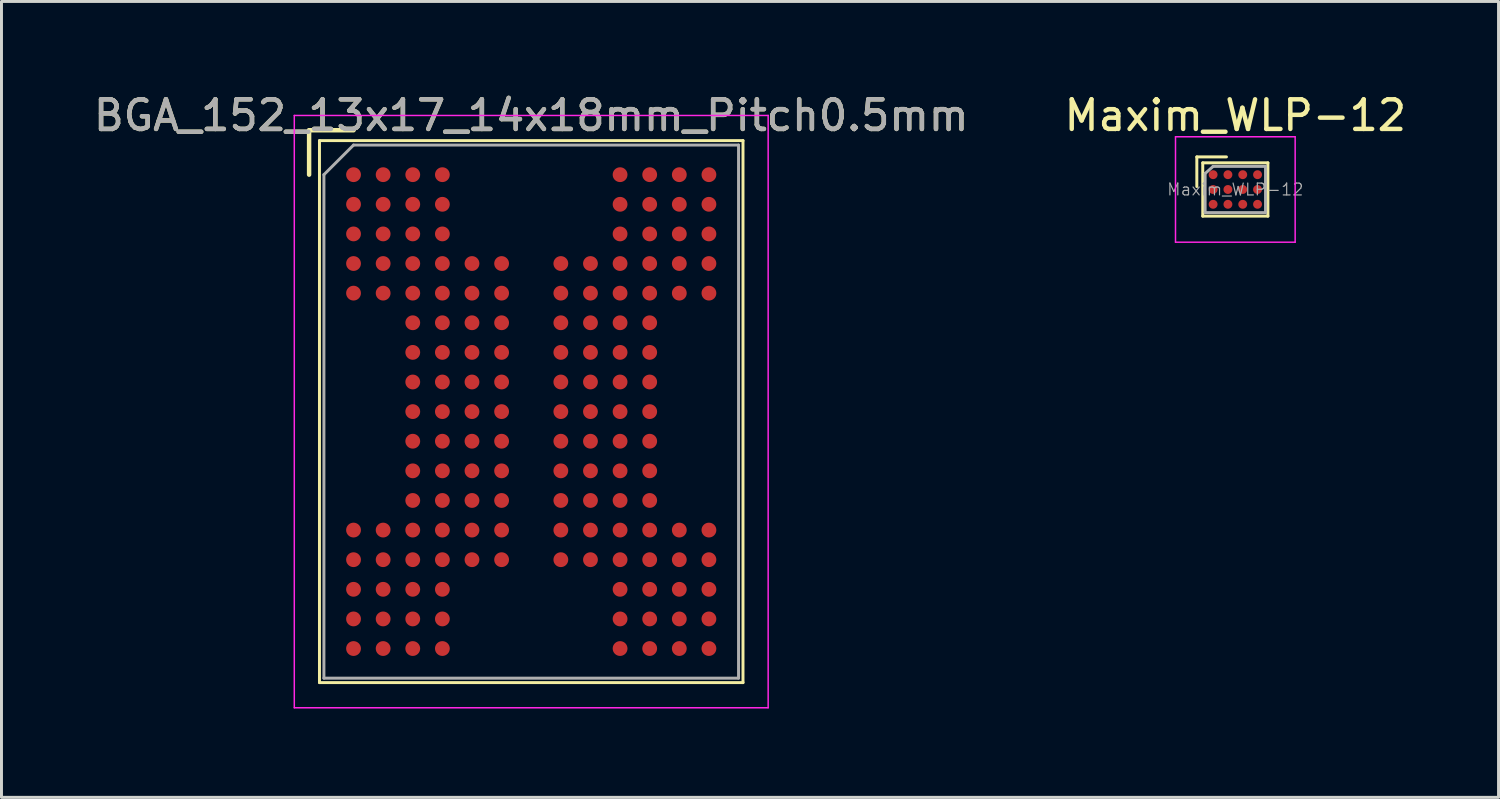
<source format=kicad_pcb>
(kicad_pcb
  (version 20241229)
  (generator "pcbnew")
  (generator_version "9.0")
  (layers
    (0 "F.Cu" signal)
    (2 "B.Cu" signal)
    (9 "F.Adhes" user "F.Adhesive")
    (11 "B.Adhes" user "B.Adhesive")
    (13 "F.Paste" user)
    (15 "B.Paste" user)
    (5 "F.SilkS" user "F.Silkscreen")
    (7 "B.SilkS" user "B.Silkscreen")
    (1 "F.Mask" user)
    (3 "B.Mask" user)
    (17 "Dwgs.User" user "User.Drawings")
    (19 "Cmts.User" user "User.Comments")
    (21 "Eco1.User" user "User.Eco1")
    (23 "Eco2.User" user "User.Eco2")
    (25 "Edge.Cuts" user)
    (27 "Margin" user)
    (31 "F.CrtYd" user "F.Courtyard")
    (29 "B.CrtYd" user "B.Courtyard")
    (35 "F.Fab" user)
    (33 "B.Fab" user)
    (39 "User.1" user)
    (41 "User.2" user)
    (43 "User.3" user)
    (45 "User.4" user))
  (footprint "BGA_152_13x17_14x18mm_Pitch0.5mm"
    (layer "F.Cu")
    (at 14.887 10.848)
    (property "Reference" "BGA_152_13x17_14x18mm_Pitch0.5mm" (at 0 -10 0) (layer "F.SilkS") (effects (font (size 1 1) (thickness 0.15))))
    (attr smd)
    (fp_line (start -7.5 -9.5) (end -6 -9.5) (stroke (width 0.15) (type solid)) (layer "F.SilkS"))
    (fp_line (start -7.5 -8) (end -7.5 -9.5) (stroke (width 0.15) (type solid)) (layer "F.SilkS"))
    (fp_line (start -7.15 -9.15) (end 7.15 -9.15) (stroke (width 0.1) (type solid)) (layer "F.SilkS"))
    (fp_line (start -7.15 9.15) (end -7.15 -9.15) (stroke (width 0.1) (type solid)) (layer "F.SilkS"))
    (fp_line (start 7.15 -9.15) (end 7.15 9.15) (stroke (width 0.1) (type solid)) (layer "F.SilkS"))
    (fp_line (start 7.15 9.15) (end -7.15 9.15) (stroke (width 0.1) (type solid)) (layer "F.SilkS"))
    (fp_line (start -8 -10) (end 8 -10) (stroke (width 0.05) (type solid)) (layer "F.CrtYd"))
    (fp_line (start -8 10) (end -8 -10) (stroke (width 0.05) (type solid)) (layer "F.CrtYd"))
    (fp_line (start 8 -10) (end 8 10) (stroke (width 0.05) (type solid)) (layer "F.CrtYd"))
    (fp_line (start 8 10) (end -8 10) (stroke (width 0.05) (type solid)) (layer "F.CrtYd"))
    (fp_line (start -7 -8) (end -7 9) (stroke (width 0.1) (type solid)) (layer "F.Fab"))
    (fp_line (start -7 9) (end 7 9) (stroke (width 0.1) (type solid)) (layer "F.Fab"))
    (fp_line (start -6 -9) (end -7 -8) (stroke (width 0.1) (type solid)) (layer "F.Fab"))
    (fp_line (start 7 -9) (end -6 -9) (stroke (width 0.1) (type solid)) (layer "F.Fab"))
    (fp_line (start 7 9) (end 7 -9) (stroke (width 0.1) (type solid)) (layer "F.Fab"))
    (fp_text user "${REFERENCE}" (at 0 -10 0) (layer "F.Fab") (effects (font (size 1 1) (thickness 0.15))))
    (pad "A1" smd circle (at -6 -8) (size 0.5 0.5) (layers "F.Cu" "F.Mask" "F.Paste"))
    (pad "A2" smd circle (at -5 -8) (size 0.5 0.5) (layers "F.Cu" "F.Mask" "F.Paste"))
    (pad "A3" smd circle (at -4 -8) (size 0.5 0.5) (layers "F.Cu" "F.Mask" "F.Paste"))
    (pad "A4" smd circle (at -3 -8) (size 0.5 0.5) (layers "F.Cu" "F.Mask" "F.Paste"))
    (pad "A10" smd circle (at 3 -8) (size 0.5 0.5) (layers "F.Cu" "F.Mask" "F.Paste"))
    (pad "A11" smd circle (at 4 -8) (size 0.5 0.5) (layers "F.Cu" "F.Mask" "F.Paste"))
    (pad "A12" smd circle (at 5 -8) (size 0.5 0.5) (layers "F.Cu" "F.Mask" "F.Paste"))
    (pad "A13" smd circle (at 6 -8) (size 0.5 0.5) (layers "F.Cu" "F.Mask" "F.Paste"))
    (pad "B1" smd circle (at -6 -7) (size 0.5 0.5) (layers "F.Cu" "F.Mask" "F.Paste"))
    (pad "B2" smd circle (at -5 -7) (size 0.5 0.5) (layers "F.Cu" "F.Mask" "F.Paste"))
    (pad "B3" smd circle (at -4 -7) (size 0.5 0.5) (layers "F.Cu" "F.Mask" "F.Paste"))
    (pad "B4" smd circle (at -3 -7) (size 0.5 0.5) (layers "F.Cu" "F.Mask" "F.Paste"))
    (pad "B10" smd circle (at 3 -7) (size 0.5 0.5) (layers "F.Cu" "F.Mask" "F.Paste"))
    (pad "B11" smd circle (at 4 -7) (size 0.5 0.5) (layers "F.Cu" "F.Mask" "F.Paste"))
    (pad "B12" smd circle (at 5 -7) (size 0.5 0.5) (layers "F.Cu" "F.Mask" "F.Paste"))
    (pad "B13" smd circle (at 6 -7) (size 0.5 0.5) (layers "F.Cu" "F.Mask" "F.Paste"))
    (pad "C1" smd circle (at -6 -6) (size 0.5 0.5) (layers "F.Cu" "F.Mask" "F.Paste"))
    (pad "C2" smd circle (at -5 -6) (size 0.5 0.5) (layers "F.Cu" "F.Mask" "F.Paste"))
    (pad "C3" smd circle (at -4 -6) (size 0.5 0.5) (layers "F.Cu" "F.Mask" "F.Paste"))
    (pad "C4" smd circle (at -3 -6) (size 0.5 0.5) (layers "F.Cu" "F.Mask" "F.Paste"))
    (pad "C10" smd circle (at 3 -6) (size 0.5 0.5) (layers "F.Cu" "F.Mask" "F.Paste"))
    (pad "C11" smd circle (at 4 -6) (size 0.5 0.5) (layers "F.Cu" "F.Mask" "F.Paste"))
    (pad "C12" smd circle (at 5 -6) (size 0.5 0.5) (layers "F.Cu" "F.Mask" "F.Paste"))
    (pad "C13" smd circle (at 6 -6) (size 0.5 0.5) (layers "F.Cu" "F.Mask" "F.Paste"))
    (pad "D1" smd circle (at -6 -5) (size 0.5 0.5) (layers "F.Cu" "F.Mask" "F.Paste"))
    (pad "D2" smd circle (at -5 -5) (size 0.5 0.5) (layers "F.Cu" "F.Mask" "F.Paste"))
    (pad "D3" smd circle (at -4 -5) (size 0.5 0.5) (layers "F.Cu" "F.Mask" "F.Paste"))
    (pad "D4" smd circle (at -3 -5) (size 0.5 0.5) (layers "F.Cu" "F.Mask" "F.Paste"))
    (pad "D5" smd circle (at -2 -5) (size 0.5 0.5) (layers "F.Cu" "F.Mask" "F.Paste"))
    (pad "D6" smd circle (at -1 -5) (size 0.5 0.5) (layers "F.Cu" "F.Mask" "F.Paste"))
    (pad "D8" smd circle (at 1 -5) (size 0.5 0.5) (layers "F.Cu" "F.Mask" "F.Paste"))
    (pad "D9" smd circle (at 2 -5) (size 0.5 0.5) (layers "F.Cu" "F.Mask" "F.Paste"))
    (pad "D10" smd circle (at 3 -5) (size 0.5 0.5) (layers "F.Cu" "F.Mask" "F.Paste"))
    (pad "D11" smd circle (at 4 -5) (size 0.5 0.5) (layers "F.Cu" "F.Mask" "F.Paste"))
    (pad "D12" smd circle (at 5 -5) (size 0.5 0.5) (layers "F.Cu" "F.Mask" "F.Paste"))
    (pad "D13" smd circle (at 6 -5) (size 0.5 0.5) (layers "F.Cu" "F.Mask" "F.Paste"))
    (pad "E1" smd circle (at -6 -4) (size 0.5 0.5) (layers "F.Cu" "F.Mask" "F.Paste"))
    (pad "E2" smd circle (at -5 -4) (size 0.5 0.5) (layers "F.Cu" "F.Mask" "F.Paste"))
    (pad "E3" smd circle (at -4 -4) (size 0.5 0.5) (layers "F.Cu" "F.Mask" "F.Paste"))
    (pad "E4" smd circle (at -3 -4) (size 0.5 0.5) (layers "F.Cu" "F.Mask" "F.Paste"))
    (pad "E5" smd circle (at -2 -4) (size 0.5 0.5) (layers "F.Cu" "F.Mask" "F.Paste"))
    (pad "E6" smd circle (at -1 -4) (size 0.5 0.5) (layers "F.Cu" "F.Mask" "F.Paste"))
    (pad "E8" smd circle (at 1 -4) (size 0.5 0.5) (layers "F.Cu" "F.Mask" "F.Paste"))
    (pad "E9" smd circle (at 2 -4) (size 0.5 0.5) (layers "F.Cu" "F.Mask" "F.Paste"))
    (pad "E10" smd circle (at 3 -4) (size 0.5 0.5) (layers "F.Cu" "F.Mask" "F.Paste"))
    (pad "E11" smd circle (at 4 -4) (size 0.5 0.5) (layers "F.Cu" "F.Mask" "F.Paste"))
    (pad "E12" smd circle (at 5 -4) (size 0.5 0.5) (layers "F.Cu" "F.Mask" "F.Paste"))
    (pad "E13" smd circle (at 6 -4) (size 0.5 0.5) (layers "F.Cu" "F.Mask" "F.Paste"))
    (pad "F3" smd circle (at -4 -3) (size 0.5 0.5) (layers "F.Cu" "F.Mask" "F.Paste"))
    (pad "F4" smd circle (at -3 -3) (size 0.5 0.5) (layers "F.Cu" "F.Mask" "F.Paste"))
    (pad "F5" smd circle (at -2 -3) (size 0.5 0.5) (layers "F.Cu" "F.Mask" "F.Paste"))
    (pad "F6" smd circle (at -1 -3) (size 0.5 0.5) (layers "F.Cu" "F.Mask" "F.Paste"))
    (pad "F8" smd circle (at 1 -3) (size 0.5 0.5) (layers "F.Cu" "F.Mask" "F.Paste"))
    (pad "F9" smd circle (at 2 -3) (size 0.5 0.5) (layers "F.Cu" "F.Mask" "F.Paste"))
    (pad "F10" smd circle (at 3 -3) (size 0.5 0.5) (layers "F.Cu" "F.Mask" "F.Paste"))
    (pad "F11" smd circle (at 4 -3) (size 0.5 0.5) (layers "F.Cu" "F.Mask" "F.Paste"))
    (pad "G3" smd circle (at -4 -2) (size 0.5 0.5) (layers "F.Cu" "F.Mask" "F.Paste"))
    (pad "G4" smd circle (at -3 -2) (size 0.5 0.5) (layers "F.Cu" "F.Mask" "F.Paste"))
    (pad "G5" smd circle (at -2 -2) (size 0.5 0.5) (layers "F.Cu" "F.Mask" "F.Paste"))
    (pad "G6" smd circle (at -1 -2) (size 0.5 0.5) (layers "F.Cu" "F.Mask" "F.Paste"))
    (pad "G8" smd circle (at 1 -2) (size 0.5 0.5) (layers "F.Cu" "F.Mask" "F.Paste"))
    (pad "G9" smd circle (at 2 -2) (size 0.5 0.5) (layers "F.Cu" "F.Mask" "F.Paste"))
    (pad "G10" smd circle (at 3 -2) (size 0.5 0.5) (layers "F.Cu" "F.Mask" "F.Paste"))
    (pad "G11" smd circle (at 4 -2) (size 0.5 0.5) (layers "F.Cu" "F.Mask" "F.Paste"))
    (pad "H3" smd circle (at -4 -1) (size 0.5 0.5) (layers "F.Cu" "F.Mask" "F.Paste"))
    (pad "H4" smd circle (at -3 -1) (size 0.5 0.5) (layers "F.Cu" "F.Mask" "F.Paste"))
    (pad "H5" smd circle (at -2 -1) (size 0.5 0.5) (layers "F.Cu" "F.Mask" "F.Paste"))
    (pad "H6" smd circle (at -1 -1) (size 0.5 0.5) (layers "F.Cu" "F.Mask" "F.Paste"))
    (pad "H8" smd circle (at 1 -1) (size 0.5 0.5) (layers "F.Cu" "F.Mask" "F.Paste"))
    (pad "H9" smd circle (at 2 -1) (size 0.5 0.5) (layers "F.Cu" "F.Mask" "F.Paste"))
    (pad "H10" smd circle (at 3 -1) (size 0.5 0.5) (layers "F.Cu" "F.Mask" "F.Paste"))
    (pad "H11" smd circle (at 4 -1) (size 0.5 0.5) (layers "F.Cu" "F.Mask" "F.Paste"))
    (pad "J3" smd circle (at -4 0) (size 0.5 0.5) (layers "F.Cu" "F.Mask" "F.Paste"))
    (pad "J4" smd circle (at -3 0) (size 0.5 0.5) (layers "F.Cu" "F.Mask" "F.Paste"))
    (pad "J5" smd circle (at -2 0) (size 0.5 0.5) (layers "F.Cu" "F.Mask" "F.Paste"))
    (pad "J6" smd circle (at -1 0) (size 0.5 0.5) (layers "F.Cu" "F.Mask" "F.Paste"))
    (pad "J8" smd circle (at 1 0) (size 0.5 0.5) (layers "F.Cu" "F.Mask" "F.Paste"))
    (pad "J9" smd circle (at 2 0) (size 0.5 0.5) (layers "F.Cu" "F.Mask" "F.Paste"))
    (pad "J10" smd circle (at 3 0) (size 0.5 0.5) (layers "F.Cu" "F.Mask" "F.Paste"))
    (pad "J11" smd circle (at 4 0) (size 0.5 0.5) (layers "F.Cu" "F.Mask" "F.Paste"))
    (pad "K3" smd circle (at -4 1) (size 0.5 0.5) (layers "F.Cu" "F.Mask" "F.Paste"))
    (pad "K4" smd circle (at -3 1) (size 0.5 0.5) (layers "F.Cu" "F.Mask" "F.Paste"))
    (pad "K5" smd circle (at -2 1) (size 0.5 0.5) (layers "F.Cu" "F.Mask" "F.Paste"))
    (pad "K6" smd circle (at -1 1) (size 0.5 0.5) (layers "F.Cu" "F.Mask" "F.Paste"))
    (pad "K8" smd circle (at 1 1) (size 0.5 0.5) (layers "F.Cu" "F.Mask" "F.Paste"))
    (pad "K9" smd circle (at 2 1) (size 0.5 0.5) (layers "F.Cu" "F.Mask" "F.Paste"))
    (pad "K10" smd circle (at 3 1) (size 0.5 0.5) (layers "F.Cu" "F.Mask" "F.Paste"))
    (pad "K11" smd circle (at 4 1) (size 0.5 0.5) (layers "F.Cu" "F.Mask" "F.Paste"))
    (pad "L3" smd circle (at -4 2) (size 0.5 0.5) (layers "F.Cu" "F.Mask" "F.Paste"))
    (pad "L4" smd circle (at -3 2) (size 0.5 0.5) (layers "F.Cu" "F.Mask" "F.Paste"))
    (pad "L5" smd circle (at -2 2) (size 0.5 0.5) (layers "F.Cu" "F.Mask" "F.Paste"))
    (pad "L6" smd circle (at -1 2) (size 0.5 0.5) (layers "F.Cu" "F.Mask" "F.Paste"))
    (pad "L8" smd circle (at 1 2) (size 0.5 0.5) (layers "F.Cu" "F.Mask" "F.Paste"))
    (pad "L9" smd circle (at 2 2) (size 0.5 0.5) (layers "F.Cu" "F.Mask" "F.Paste"))
    (pad "L10" smd circle (at 3 2) (size 0.5 0.5) (layers "F.Cu" "F.Mask" "F.Paste"))
    (pad "L11" smd circle (at 4 2) (size 0.5 0.5) (layers "F.Cu" "F.Mask" "F.Paste"))
    (pad "M3" smd circle (at -4 3) (size 0.5 0.5) (layers "F.Cu" "F.Mask" "F.Paste"))
    (pad "M4" smd circle (at -3 3) (size 0.5 0.5) (layers "F.Cu" "F.Mask" "F.Paste"))
    (pad "M5" smd circle (at -2 3) (size 0.5 0.5) (layers "F.Cu" "F.Mask" "F.Paste"))
    (pad "M6" smd circle (at -1 3) (size 0.5 0.5) (layers "F.Cu" "F.Mask" "F.Paste"))
    (pad "M8" smd circle (at 1 3) (size 0.5 0.5) (layers "F.Cu" "F.Mask" "F.Paste"))
    (pad "M9" smd circle (at 2 3) (size 0.5 0.5) (layers "F.Cu" "F.Mask" "F.Paste"))
    (pad "M10" smd circle (at 3 3) (size 0.5 0.5) (layers "F.Cu" "F.Mask" "F.Paste"))
    (pad "M11" smd circle (at 4 3) (size 0.5 0.5) (layers "F.Cu" "F.Mask" "F.Paste"))
    (pad "N1" smd circle (at -6 4) (size 0.5 0.5) (layers "F.Cu" "F.Mask" "F.Paste"))
    (pad "N2" smd circle (at -5 4) (size 0.5 0.5) (layers "F.Cu" "F.Mask" "F.Paste"))
    (pad "N3" smd circle (at -4 4) (size 0.5 0.5) (layers "F.Cu" "F.Mask" "F.Paste"))
    (pad "N4" smd circle (at -3 4) (size 0.5 0.5) (layers "F.Cu" "F.Mask" "F.Paste"))
    (pad "N5" smd circle (at -2 4) (size 0.5 0.5) (layers "F.Cu" "F.Mask" "F.Paste"))
    (pad "N6" smd circle (at -1 4) (size 0.5 0.5) (layers "F.Cu" "F.Mask" "F.Paste"))
    (pad "N8" smd circle (at 1 4) (size 0.5 0.5) (layers "F.Cu" "F.Mask" "F.Paste"))
    (pad "N9" smd circle (at 2 4) (size 0.5 0.5) (layers "F.Cu" "F.Mask" "F.Paste"))
    (pad "N10" smd circle (at 3 4) (size 0.5 0.5) (layers "F.Cu" "F.Mask" "F.Paste"))
    (pad "N11" smd circle (at 4 4) (size 0.5 0.5) (layers "F.Cu" "F.Mask" "F.Paste"))
    (pad "N12" smd circle (at 5 4) (size 0.5 0.5) (layers "F.Cu" "F.Mask" "F.Paste"))
    (pad "N13" smd circle (at 6 4) (size 0.5 0.5) (layers "F.Cu" "F.Mask" "F.Paste"))
    (pad "P1" smd circle (at -6 5) (size 0.5 0.5) (layers "F.Cu" "F.Mask" "F.Paste"))
    (pad "P2" smd circle (at -5 5) (size 0.5 0.5) (layers "F.Cu" "F.Mask" "F.Paste"))
    (pad "P3" smd circle (at -4 5) (size 0.5 0.5) (layers "F.Cu" "F.Mask" "F.Paste"))
    (pad "P4" smd circle (at -3 5) (size 0.5 0.5) (layers "F.Cu" "F.Mask" "F.Paste"))
    (pad "P5" smd circle (at -2 5) (size 0.5 0.5) (layers "F.Cu" "F.Mask" "F.Paste"))
    (pad "P6" smd circle (at -1 5) (size 0.5 0.5) (layers "F.Cu" "F.Mask" "F.Paste"))
    (pad "P8" smd circle (at 1 5) (size 0.5 0.5) (layers "F.Cu" "F.Mask" "F.Paste"))
    (pad "P9" smd circle (at 2 5) (size 0.5 0.5) (layers "F.Cu" "F.Mask" "F.Paste"))
    (pad "P10" smd circle (at 3 5) (size 0.5 0.5) (layers "F.Cu" "F.Mask" "F.Paste"))
    (pad "P11" smd circle (at 4 5) (size 0.5 0.5) (layers "F.Cu" "F.Mask" "F.Paste"))
    (pad "P12" smd circle (at 5 5) (size 0.5 0.5) (layers "F.Cu" "F.Mask" "F.Paste"))
    (pad "P13" smd circle (at 6 5) (size 0.5 0.5) (layers "F.Cu" "F.Mask" "F.Paste"))
    (pad "R1" smd circle (at -6 6) (size 0.5 0.5) (layers "F.Cu" "F.Mask" "F.Paste"))
    (pad "R2" smd circle (at -5 6) (size 0.5 0.5) (layers "F.Cu" "F.Mask" "F.Paste"))
    (pad "R3" smd circle (at -4 6) (size 0.5 0.5) (layers "F.Cu" "F.Mask" "F.Paste"))
    (pad "R4" smd circle (at -3 6) (size 0.5 0.5) (layers "F.Cu" "F.Mask" "F.Paste"))
    (pad "R10" smd circle (at 3 6) (size 0.5 0.5) (layers "F.Cu" "F.Mask" "F.Paste"))
    (pad "R11" smd circle (at 4 6) (size 0.5 0.5) (layers "F.Cu" "F.Mask" "F.Paste"))
    (pad "R12" smd circle (at 5 6) (size 0.5 0.5) (layers "F.Cu" "F.Mask" "F.Paste"))
    (pad "R13" smd circle (at 6 6) (size 0.5 0.5) (layers "F.Cu" "F.Mask" "F.Paste"))
    (pad "T1" smd circle (at -6 7) (size 0.5 0.5) (layers "F.Cu" "F.Mask" "F.Paste"))
    (pad "T2" smd circle (at -5 7) (size 0.5 0.5) (layers "F.Cu" "F.Mask" "F.Paste"))
    (pad "T3" smd circle (at -4 7) (size 0.5 0.5) (layers "F.Cu" "F.Mask" "F.Paste"))
    (pad "T4" smd circle (at -3 7) (size 0.5 0.5) (layers "F.Cu" "F.Mask" "F.Paste"))
    (pad "T10" smd circle (at 3 7) (size 0.5 0.5) (layers "F.Cu" "F.Mask" "F.Paste"))
    (pad "T11" smd circle (at 4 7) (size 0.5 0.5) (layers "F.Cu" "F.Mask" "F.Paste"))
    (pad "T12" smd circle (at 5 7) (size 0.5 0.5) (layers "F.Cu" "F.Mask" "F.Paste"))
    (pad "T13" smd circle (at 6 7) (size 0.5 0.5) (layers "F.Cu" "F.Mask" "F.Paste"))
    (pad "U1" smd circle (at -6 8) (size 0.5 0.5) (layers "F.Cu" "F.Mask" "F.Paste"))
    (pad "U2" smd circle (at -5 8) (size 0.5 0.5) (layers "F.Cu" "F.Mask" "F.Paste"))
    (pad "U3" smd circle (at -4 8) (size 0.5 0.5) (layers "F.Cu" "F.Mask" "F.Paste"))
    (pad "U4" smd circle (at -3 8) (size 0.5 0.5) (layers "F.Cu" "F.Mask" "F.Paste"))
    (pad "U10" smd circle (at 3 8) (size 0.5 0.5) (layers "F.Cu" "F.Mask" "F.Paste"))
    (pad "U11" smd circle (at 4 8) (size 0.5 0.5) (layers "F.Cu" "F.Mask" "F.Paste"))
    (pad "U12" smd circle (at 5 8) (size 0.5 0.5) (layers "F.Cu" "F.Mask" "F.Paste"))
    (pad "U13" smd circle (at 6 8) (size 0.5 0.5) (layers "F.Cu" "F.Mask" "F.Paste")))
  (footprint "Maxim_WLP-12"
    (layer "F.Cu")
    (at 38.661 3.348)
    (property "Reference" "Maxim_WLP-12" (at 0 -2.5 0) (layer "F.SilkS") (effects (font (size 1 1) (thickness 0.15))))
    (attr smd)
    (fp_line (start -1.3 -1.1) (end -1.3 -0.1) (stroke (width 0.1) (type solid)) (layer "F.SilkS"))
    (fp_line (start -1.3 -1.1) (end -0.3 -1.1) (stroke (width 0.1) (type solid)) (layer "F.SilkS"))
    (fp_line (start -1.1 -0.9) (end -1.1 0.9) (stroke (width 0.1) (type solid)) (layer "F.SilkS"))
    (fp_line (start -1.1 -0.9) (end 1.1 -0.9) (stroke (width 0.1) (type solid)) (layer "F.SilkS"))
    (fp_line (start 1.1 0.9) (end -1.1 0.9) (stroke (width 0.1) (type solid)) (layer "F.SilkS"))
    (fp_line (start 1.1 0.9) (end 1.1 -0.9) (stroke (width 0.1) (type solid)) (layer "F.SilkS"))
    (fp_line (start -2.02 -1.78) (end 2.02 -1.78) (stroke (width 0.05) (type solid)) (layer "F.CrtYd"))
    (fp_line (start -2.02 1.78) (end -2.02 -1.78) (stroke (width 0.05) (type solid)) (layer "F.CrtYd"))
    (fp_line (start -2.02 1.78) (end 2.02 1.78) (stroke (width 0.05) (type solid)) (layer "F.CrtYd"))
    (fp_line (start 2.02 -1.78) (end 2.02 1.78) (stroke (width 0.05) (type solid)) (layer "F.CrtYd"))
    (fp_line (start -1.02 0.78) (end -1.02 -0.54) (stroke (width 0.1) (type solid)) (layer "F.Fab"))
    (fp_line (start -1.02 0.78) (end 1.02 0.78) (stroke (width 0.1) (type solid)) (layer "F.Fab"))
    (fp_line (start -0.75 -0.78) (end -1.02 -0.54) (stroke (width 0.1) (type solid)) (layer "F.Fab"))
    (fp_line (start 1.02 -0.78) (end -0.75 -0.78) (stroke (width 0.1) (type solid)) (layer "F.Fab"))
    (fp_line (start 1.02 -0.78) (end 1.02 0.78) (stroke (width 0.1) (type solid)) (layer "F.Fab"))
    (fp_text user "${REFERENCE}" (at 0 0 0) (layer "F.Fab") (effects (font (size 0.4 0.4) (thickness 0.04))))
    (pad "A1" smd circle (at -0.75 -0.5 90) (size 0.3 0.3) (layers "F.Cu" "F.Mask" "F.Paste"))
    (pad "A2" smd circle (at -0.25 -0.5 90) (size 0.3 0.3) (layers "F.Cu" "F.Mask" "F.Paste"))
    (pad "A3" smd circle (at 0.25 -0.5 90) (size 0.3 0.3) (layers "F.Cu" "F.Mask" "F.Paste"))
    (pad "A4" smd circle (at 0.75 -0.5 90) (size 0.3 0.3) (layers "F.Cu" "F.Mask" "F.Paste"))
    (pad "B1" smd circle (at -0.75 0 90) (size 0.3 0.3) (layers "F.Cu" "F.Mask" "F.Paste"))
    (pad "B2" smd circle (at -0.25 0 90) (size 0.3 0.3) (layers "F.Cu" "F.Mask" "F.Paste"))
    (pad "B3" smd circle (at 0.25 0 90) (size 0.3 0.3) (layers "F.Cu" "F.Mask" "F.Paste"))
    (pad "B4" smd circle (at 0.75 0 90) (size 0.3 0.3) (layers "F.Cu" "F.Mask" "F.Paste"))
    (pad "C1" smd circle (at -0.75 0.5 90) (size 0.3 0.3) (layers "F.Cu" "F.Mask" "F.Paste"))
    (pad "C2" smd circle (at -0.25 0.5 90) (size 0.3 0.3) (layers "F.Cu" "F.Mask" "F.Paste"))
    (pad "C3" smd circle (at 0.25 0.5 90) (size 0.3 0.3) (layers "F.Cu" "F.Mask" "F.Paste"))
    (pad "C4" smd circle (at 0.75 0.5 90) (size 0.3 0.3) (layers "F.Cu" "F.Mask" "F.Paste")))
  (gr_rect
    (start -3 -3)
    (end 47.548 23.873)
    (stroke (width 0.1) (type default))
    (fill no)
    (layer "Edge.Cuts")))
</source>
